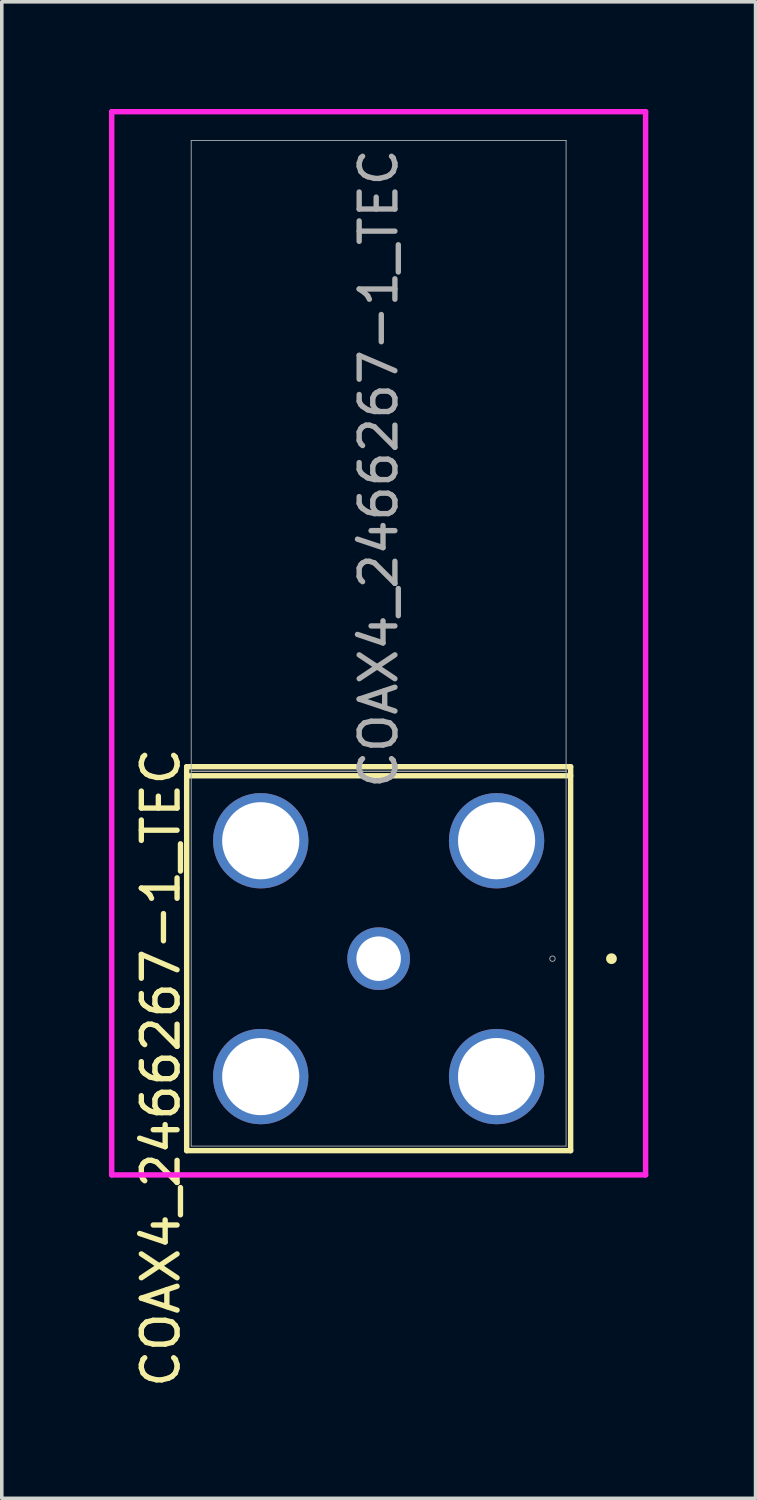
<source format=kicad_pcb>
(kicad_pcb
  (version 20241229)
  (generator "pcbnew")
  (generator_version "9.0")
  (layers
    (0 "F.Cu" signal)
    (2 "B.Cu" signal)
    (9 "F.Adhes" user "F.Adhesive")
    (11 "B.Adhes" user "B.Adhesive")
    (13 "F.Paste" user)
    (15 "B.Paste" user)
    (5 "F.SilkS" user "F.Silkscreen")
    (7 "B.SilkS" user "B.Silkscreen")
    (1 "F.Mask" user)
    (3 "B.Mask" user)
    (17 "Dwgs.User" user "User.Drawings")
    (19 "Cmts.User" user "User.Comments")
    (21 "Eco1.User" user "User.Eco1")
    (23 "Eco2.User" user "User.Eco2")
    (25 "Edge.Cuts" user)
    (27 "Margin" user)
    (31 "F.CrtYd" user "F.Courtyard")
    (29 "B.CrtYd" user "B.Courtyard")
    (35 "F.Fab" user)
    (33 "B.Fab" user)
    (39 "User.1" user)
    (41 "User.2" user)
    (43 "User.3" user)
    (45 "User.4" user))
  (footprint "COAX4_2466267-1_TEC"
    (layer "F.Cu")
    (at 7.546 23.777)
    (property "Reference" "COAX4_2466267-1_TEC" (at -6.096 3.048 90) (unlocked yes) (layer "F.SilkS") (effects (font (size 1 1) (thickness 0.15))))
    (attr through_hole)
    (fp_line (start -5.372 -5.372) (end -5.372 5.372) (stroke (width 0.152) (type solid)) (layer "F.SilkS"))
    (fp_line (start -5.372 -5.118) (end 5.372 -5.118) (stroke (width 0.152) (type solid)) (layer "F.SilkS"))
    (fp_line (start -5.372 5.372) (end 5.372 5.372) (stroke (width 0.152) (type solid)) (layer "F.SilkS"))
    (fp_line (start 5.372 -5.372) (end -5.372 -5.372) (stroke (width 0.152) (type solid)) (layer "F.SilkS"))
    (fp_line (start 5.372 5.372) (end 5.372 -5.372) (stroke (width 0.152) (type solid)) (layer "F.SilkS"))
    (fp_circle (center 6.515 0) (end 6.591 0) (stroke (width 0.152) (type solid)) (fill no) (layer "F.SilkS"))
    (fp_line (start -7.47 -23.701) (end 7.47 -23.701) (stroke (width 0.152) (type solid)) (layer "F.CrtYd"))
    (fp_line (start -7.47 6.051) (end -7.47 -23.701) (stroke (width 0.152) (type solid)) (layer "F.CrtYd"))
    (fp_line (start 7.47 -23.701) (end 7.47 6.051) (stroke (width 0.152) (type solid)) (layer "F.CrtYd"))
    (fp_line (start 7.47 6.051) (end -7.47 6.051) (stroke (width 0.152) (type solid)) (layer "F.CrtYd"))
    (fp_line (start -5.245 -22.895) (end -5.245 -5.245) (stroke (width 0.025) (type solid)) (layer "F.Fab"))
    (fp_line (start -5.245 -5.245) (end -5.245 5.245) (stroke (width 0.025) (type solid)) (layer "F.Fab"))
    (fp_line (start -5.245 -5.245) (end 5.245 -5.245) (stroke (width 0.025) (type solid)) (layer "F.Fab"))
    (fp_line (start -5.245 5.245) (end 5.245 5.245) (stroke (width 0.025) (type solid)) (layer "F.Fab"))
    (fp_line (start 5.245 -22.895) (end -5.245 -22.895) (stroke (width 0.025) (type solid)) (layer "F.Fab"))
    (fp_line (start 5.245 -5.245) (end -5.245 -5.245) (stroke (width 0.025) (type solid)) (layer "F.Fab"))
    (fp_line (start 5.245 -5.245) (end 5.245 -22.895) (stroke (width 0.025) (type solid)) (layer "F.Fab"))
    (fp_line (start 5.245 5.245) (end 5.245 -5.245) (stroke (width 0.025) (type solid)) (layer "F.Fab"))
    (fp_circle (center 4.864 0) (end 4.94 0) (stroke (width 0.025) (type solid)) (fill no) (layer "F.Fab"))
    (fp_text user "${REFERENCE}" (at 0 -13.716 90) (unlocked yes) (layer "F.Fab") (effects (font (size 1 1) (thickness 0.15))))
    (pad "1" thru_hole circle (at 0 0) (size 1.753 1.753) (drill 1.245) (layers "*.Cu" "*.Mask"))
    (pad "2" thru_hole circle (at -3.3 -3.3) (size 2.667 2.667) (drill 2.159) (layers "*.Cu" "*.Mask"))
    (pad "2" thru_hole circle (at -3.3 3.3) (size 2.667 2.667) (drill 2.159) (layers "*.Cu" "*.Mask"))
    (pad "2" thru_hole circle (at 3.3 -3.3) (size 2.667 2.667) (drill 2.159) (layers "*.Cu" "*.Mask"))
    (pad "2" thru_hole circle (at 3.3 3.3) (size 2.667 2.667) (drill 2.159) (layers "*.Cu" "*.Mask")))
  (gr_rect
    (start -3 -3)
    (end 18.093 38.879)
    (stroke (width 0.1) (type default))
    (fill no)
    (layer "Edge.Cuts")))
</source>
